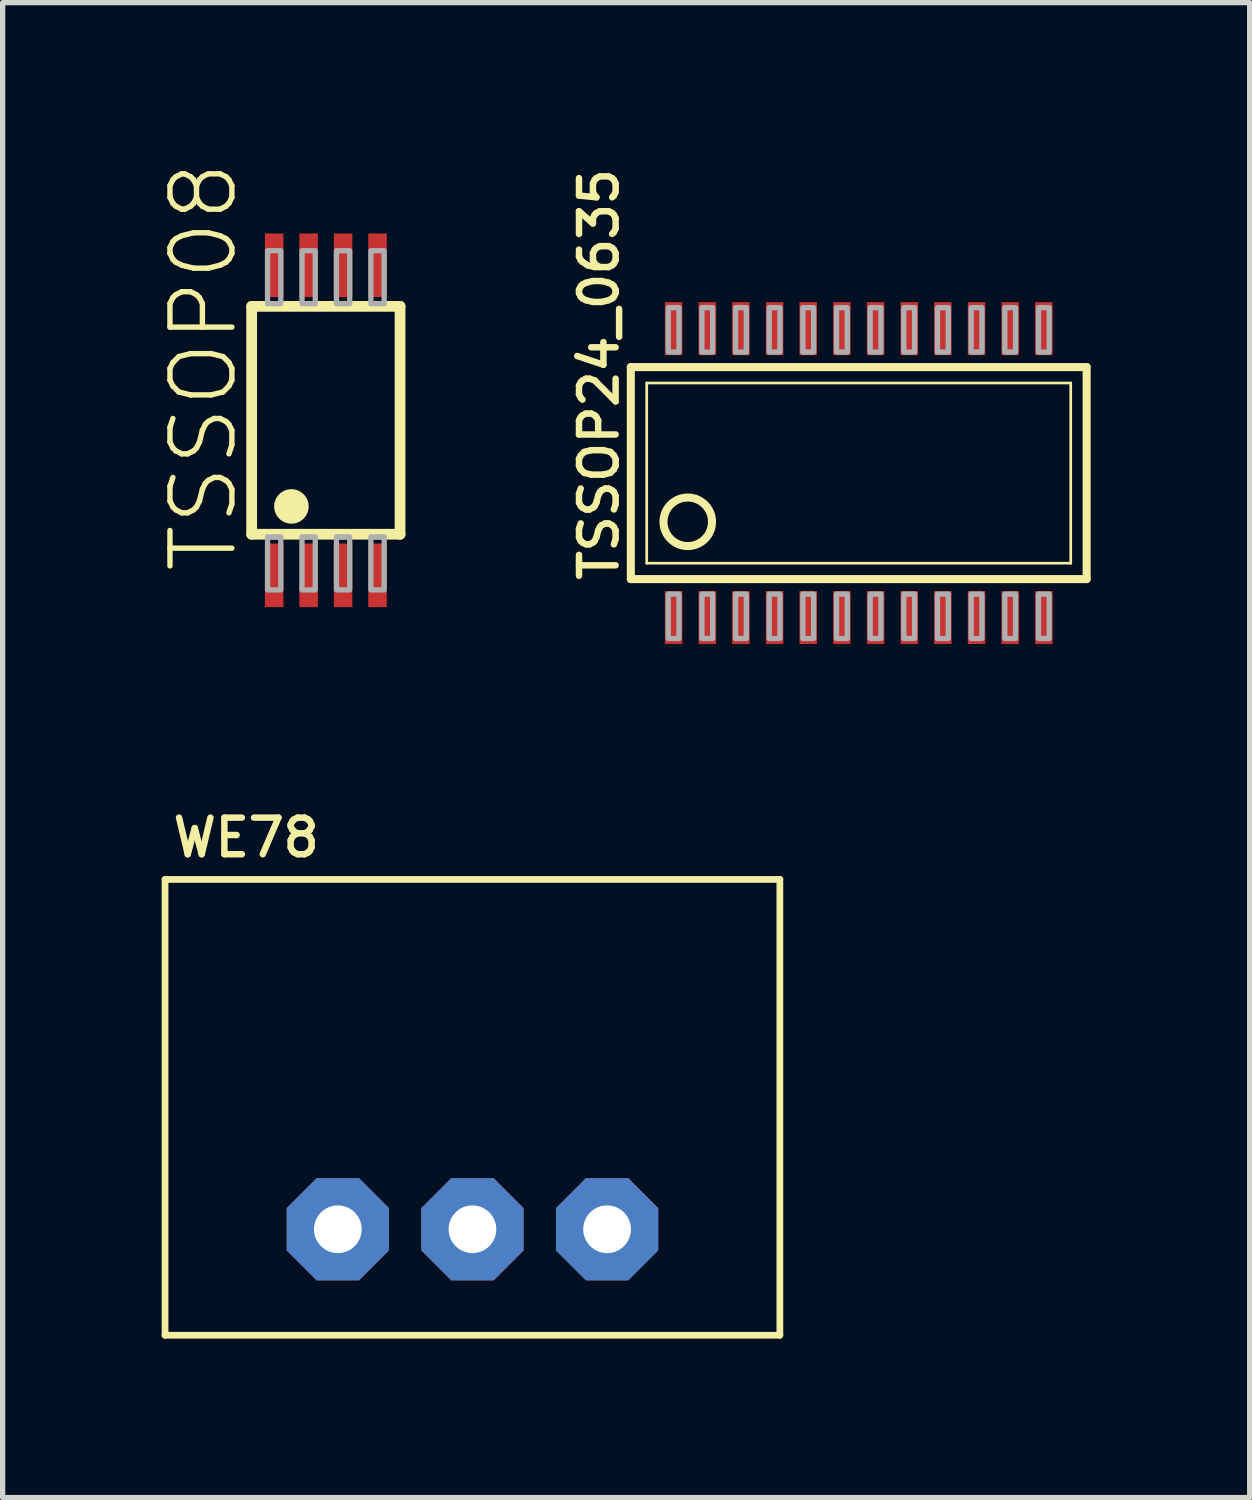
<source format=kicad_pcb>
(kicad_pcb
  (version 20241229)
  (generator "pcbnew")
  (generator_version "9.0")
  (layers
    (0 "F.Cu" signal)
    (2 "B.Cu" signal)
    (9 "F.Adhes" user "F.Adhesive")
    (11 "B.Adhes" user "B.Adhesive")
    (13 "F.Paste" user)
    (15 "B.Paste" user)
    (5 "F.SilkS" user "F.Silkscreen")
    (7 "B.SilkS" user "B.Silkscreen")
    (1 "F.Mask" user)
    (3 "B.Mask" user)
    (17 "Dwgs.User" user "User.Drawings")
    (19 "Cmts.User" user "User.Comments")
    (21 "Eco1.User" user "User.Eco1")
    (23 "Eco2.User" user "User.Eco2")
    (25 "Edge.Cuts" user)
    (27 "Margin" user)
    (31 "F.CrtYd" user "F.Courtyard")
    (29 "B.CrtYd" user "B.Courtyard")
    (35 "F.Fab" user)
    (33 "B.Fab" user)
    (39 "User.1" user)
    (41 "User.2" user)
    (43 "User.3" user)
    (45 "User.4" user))
  (footprint "TSSOP08"
    (layer "F.Cu")
    (at 3.098 4.88)
    (property "Reference" "TSSOP08" (at -1.625 2.925 90) (layer "F.SilkS") (effects (font (size 1.168 1.168) (thickness 0.102)) (justify left bottom)))
    (fp_line (start -1.4 -2.15) (end -1.4 2.15) (stroke (width 0.203) (type solid)) (layer "F.SilkS"))
    (fp_line (start -1.4 2.15) (end 1.4 2.15) (stroke (width 0.203) (type solid)) (layer "F.SilkS"))
    (fp_line (start 1.4 -2.15) (end -1.4 -2.15) (stroke (width 0.203) (type solid)) (layer "F.SilkS"))
    (fp_line (start 1.4 2.15) (end 1.4 -2.15) (stroke (width 0.203) (type solid)) (layer "F.SilkS"))
    (fp_circle (center -0.65 1.625) (end -0.487 1.625) (stroke (width 0.325) (type solid)) (fill yes) (layer "F.SilkS"))
    (fp_poly (pts (xy -1.1 -2.2) (xy -0.85 -2.2) (xy -0.85 -3.2) (xy -1.1 -3.2)) (stroke (width 0.1) (type solid)) (fill no) (layer "F.Fab"))
    (fp_poly (pts (xy -1.1 3.2) (xy -0.85 3.2) (xy -0.85 2.2) (xy -1.1 2.2)) (stroke (width 0.1) (type solid)) (fill no) (layer "F.Fab"))
    (fp_poly (pts (xy -0.45 -2.2) (xy -0.2 -2.2) (xy -0.2 -3.2) (xy -0.45 -3.2)) (stroke (width 0.1) (type solid)) (fill no) (layer "F.Fab"))
    (fp_poly (pts (xy -0.45 3.2) (xy -0.2 3.2) (xy -0.2 2.2) (xy -0.45 2.2)) (stroke (width 0.1) (type solid)) (fill no) (layer "F.Fab"))
    (fp_poly (pts (xy 0.2 -2.2) (xy 0.45 -2.2) (xy 0.45 -3.2) (xy 0.2 -3.2)) (stroke (width 0.1) (type solid)) (fill no) (layer "F.Fab"))
    (fp_poly (pts (xy 0.2 3.2) (xy 0.45 3.2) (xy 0.45 2.2) (xy 0.2 2.2)) (stroke (width 0.1) (type solid)) (fill no) (layer "F.Fab"))
    (fp_poly (pts (xy 0.85 -2.2) (xy 1.1 -2.2) (xy 1.1 -3.2) (xy 0.85 -3.2)) (stroke (width 0.1) (type solid)) (fill no) (layer "F.Fab"))
    (fp_poly (pts (xy 0.85 3.2) (xy 1.1 3.2) (xy 1.1 2.2) (xy 0.85 2.2)) (stroke (width 0.1) (type solid)) (fill no) (layer "F.Fab"))
    (pad "1" smd rect (at -0.975 2.925) (size 0.35 1.2) (layers "F.Cu" "F.Mask" "F.Paste"))
    (pad "2" smd rect (at -0.325 2.925) (size 0.35 1.2) (layers "F.Cu" "F.Mask" "F.Paste"))
    (pad "3" smd rect (at 0.325 2.925) (size 0.35 1.2) (layers "F.Cu" "F.Mask" "F.Paste"))
    (pad "4" smd rect (at 0.975 2.925) (size 0.35 1.2) (layers "F.Cu" "F.Mask" "F.Paste"))
    (pad "5" smd rect (at 0.975 -2.925) (size 0.35 1.2) (layers "F.Cu" "F.Mask" "F.Paste"))
    (pad "6" smd rect (at 0.325 -2.925) (size 0.35 1.2) (layers "F.Cu" "F.Mask" "F.Paste"))
    (pad "7" smd rect (at -0.325 -2.925) (size 0.35 1.2) (layers "F.Cu" "F.Mask" "F.Paste"))
    (pad "8" smd rect (at -0.975 -2.925) (size 0.35 1.2) (layers "F.Cu" "F.Mask" "F.Paste")))
  (footprint "TSSOP24_0635"
    (layer "F.Cu")
    (at 13.152 5.876)
    (property "Reference" "TSSOP24_0635" (at -4.496 2.083 90) (layer "F.SilkS") (effects (font (size 0.691 0.691) (thickness 0.122)) (justify left bottom)))
    (fp_line (start -4.3 2) (end -4.3 -2) (stroke (width 0.152) (type solid)) (layer "F.SilkS"))
    (fp_line (start -4.3 2) (end 4.3 2) (stroke (width 0.152) (type solid)) (layer "F.SilkS"))
    (fp_line (start -4 1.7) (end -4 -1.7) (stroke (width 0.051) (type solid)) (layer "F.SilkS"))
    (fp_line (start -4 1.7) (end 4 1.7) (stroke (width 0.051) (type solid)) (layer "F.SilkS"))
    (fp_line (start 4 -1.7) (end -4 -1.7) (stroke (width 0.051) (type solid)) (layer "F.SilkS"))
    (fp_line (start 4 -1.7) (end 4 1.7) (stroke (width 0.051) (type solid)) (layer "F.SilkS"))
    (fp_line (start 4.3 -2) (end -4.3 -2) (stroke (width 0.152) (type solid)) (layer "F.SilkS"))
    (fp_line (start 4.3 -2) (end 4.3 2) (stroke (width 0.152) (type solid)) (layer "F.SilkS"))
    (fp_circle (center -3.226 0.919) (end -2.768 0.919) (stroke (width 0.152) (type solid)) (fill no) (layer "F.SilkS"))
    (fp_poly (pts (xy -3.594 -2.283) (xy -3.391 -2.283) (xy -3.391 -3.121) (xy -3.594 -3.121)) (stroke (width 0.1) (type solid)) (fill no) (layer "F.Fab"))
    (fp_poly (pts (xy -3.594 3.121) (xy -3.391 3.121) (xy -3.391 2.283) (xy -3.594 2.283)) (stroke (width 0.1) (type solid)) (fill no) (layer "F.Fab"))
    (fp_poly (pts (xy -2.959 -2.283) (xy -2.756 -2.283) (xy -2.756 -3.121) (xy -2.959 -3.121)) (stroke (width 0.1) (type solid)) (fill no) (layer "F.Fab"))
    (fp_poly (pts (xy -2.959 3.121) (xy -2.756 3.121) (xy -2.756 2.283) (xy -2.959 2.283)) (stroke (width 0.1) (type solid)) (fill no) (layer "F.Fab"))
    (fp_poly (pts (xy -2.324 -2.283) (xy -2.121 -2.283) (xy -2.121 -3.121) (xy -2.324 -3.121)) (stroke (width 0.1) (type solid)) (fill no) (layer "F.Fab"))
    (fp_poly (pts (xy -2.324 3.121) (xy -2.121 3.121) (xy -2.121 2.283) (xy -2.324 2.283)) (stroke (width 0.1) (type solid)) (fill no) (layer "F.Fab"))
    (fp_poly (pts (xy -1.689 -2.283) (xy -1.486 -2.283) (xy -1.486 -3.121) (xy -1.689 -3.121)) (stroke (width 0.1) (type solid)) (fill no) (layer "F.Fab"))
    (fp_poly (pts (xy -1.689 3.121) (xy -1.486 3.121) (xy -1.486 2.283) (xy -1.689 2.283)) (stroke (width 0.1) (type solid)) (fill no) (layer "F.Fab"))
    (fp_poly (pts (xy -1.054 -2.283) (xy -0.851 -2.283) (xy -0.851 -3.121) (xy -1.054 -3.121)) (stroke (width 0.1) (type solid)) (fill no) (layer "F.Fab"))
    (fp_poly (pts (xy -1.054 3.121) (xy -0.851 3.121) (xy -0.851 2.283) (xy -1.054 2.283)) (stroke (width 0.1) (type solid)) (fill no) (layer "F.Fab"))
    (fp_poly (pts (xy -0.419 -2.283) (xy -0.216 -2.283) (xy -0.216 -3.121) (xy -0.419 -3.121)) (stroke (width 0.1) (type solid)) (fill no) (layer "F.Fab"))
    (fp_poly (pts (xy -0.419 3.121) (xy -0.216 3.121) (xy -0.216 2.283) (xy -0.419 2.283)) (stroke (width 0.1) (type solid)) (fill no) (layer "F.Fab"))
    (fp_poly (pts (xy 0.216 -2.283) (xy 0.419 -2.283) (xy 0.419 -3.121) (xy 0.216 -3.121)) (stroke (width 0.1) (type solid)) (fill no) (layer "F.Fab"))
    (fp_poly (pts (xy 0.216 3.121) (xy 0.419 3.121) (xy 0.419 2.283) (xy 0.216 2.283)) (stroke (width 0.1) (type solid)) (fill no) (layer "F.Fab"))
    (fp_poly (pts (xy 0.851 -2.283) (xy 1.054 -2.283) (xy 1.054 -3.121) (xy 0.851 -3.121)) (stroke (width 0.1) (type solid)) (fill no) (layer "F.Fab"))
    (fp_poly (pts (xy 0.851 3.121) (xy 1.054 3.121) (xy 1.054 2.283) (xy 0.851 2.283)) (stroke (width 0.1) (type solid)) (fill no) (layer "F.Fab"))
    (fp_poly (pts (xy 1.486 -2.283) (xy 1.689 -2.283) (xy 1.689 -3.121) (xy 1.486 -3.121)) (stroke (width 0.1) (type solid)) (fill no) (layer "F.Fab"))
    (fp_poly (pts (xy 1.486 3.121) (xy 1.689 3.121) (xy 1.689 2.283) (xy 1.486 2.283)) (stroke (width 0.1) (type solid)) (fill no) (layer "F.Fab"))
    (fp_poly (pts (xy 2.121 -2.283) (xy 2.324 -2.283) (xy 2.324 -3.121) (xy 2.121 -3.121)) (stroke (width 0.1) (type solid)) (fill no) (layer "F.Fab"))
    (fp_poly (pts (xy 2.121 3.121) (xy 2.324 3.121) (xy 2.324 2.283) (xy 2.121 2.283)) (stroke (width 0.1) (type solid)) (fill no) (layer "F.Fab"))
    (fp_poly (pts (xy 2.756 -2.283) (xy 2.959 -2.283) (xy 2.959 -3.121) (xy 2.756 -3.121)) (stroke (width 0.1) (type solid)) (fill no) (layer "F.Fab"))
    (fp_poly (pts (xy 2.756 3.121) (xy 2.959 3.121) (xy 2.959 2.283) (xy 2.756 2.283)) (stroke (width 0.1) (type solid)) (fill no) (layer "F.Fab"))
    (fp_poly (pts (xy 3.391 -2.283) (xy 3.594 -2.283) (xy 3.594 -3.121) (xy 3.391 -3.121)) (stroke (width 0.1) (type solid)) (fill no) (layer "F.Fab"))
    (fp_poly (pts (xy 3.391 3.121) (xy 3.594 3.121) (xy 3.594 2.283) (xy 3.391 2.283)) (stroke (width 0.1) (type solid)) (fill no) (layer "F.Fab"))
    (pad "1" smd rect (at -3.493 2.725) (size 0.33 1) (layers "F.Cu" "F.Mask" "F.Paste"))
    (pad "2" smd rect (at -2.857 2.725) (size 0.33 1) (layers "F.Cu" "F.Mask" "F.Paste"))
    (pad "3" smd rect (at -2.223 2.725) (size 0.33 1) (layers "F.Cu" "F.Mask" "F.Paste"))
    (pad "4" smd rect (at -1.587 2.725) (size 0.33 1) (layers "F.Cu" "F.Mask" "F.Paste"))
    (pad "5" smd rect (at -0.953 2.725) (size 0.33 1) (layers "F.Cu" "F.Mask" "F.Paste"))
    (pad "6" smd rect (at -0.318 2.725) (size 0.33 1) (layers "F.Cu" "F.Mask" "F.Paste"))
    (pad "7" smd rect (at 0.318 2.725) (size 0.33 1) (layers "F.Cu" "F.Mask" "F.Paste"))
    (pad "8" smd rect (at 0.953 2.725) (size 0.33 1) (layers "F.Cu" "F.Mask" "F.Paste"))
    (pad "9" smd rect (at 1.587 2.725) (size 0.33 1) (layers "F.Cu" "F.Mask" "F.Paste"))
    (pad "10" smd rect (at 2.223 2.725) (size 0.33 1) (layers "F.Cu" "F.Mask" "F.Paste"))
    (pad "11" smd rect (at 2.857 2.725) (size 0.33 1) (layers "F.Cu" "F.Mask" "F.Paste"))
    (pad "12" smd rect (at 3.493 2.725) (size 0.33 1) (layers "F.Cu" "F.Mask" "F.Paste"))
    (pad "13" smd rect (at 3.493 -2.725) (size 0.33 1) (layers "F.Cu" "F.Mask" "F.Paste"))
    (pad "14" smd rect (at 2.857 -2.725) (size 0.33 1) (layers "F.Cu" "F.Mask" "F.Paste"))
    (pad "15" smd rect (at 2.223 -2.725) (size 0.33 1) (layers "F.Cu" "F.Mask" "F.Paste"))
    (pad "16" smd rect (at 1.587 -2.725) (size 0.33 1) (layers "F.Cu" "F.Mask" "F.Paste"))
    (pad "17" smd rect (at 0.953 -2.725) (size 0.33 1) (layers "F.Cu" "F.Mask" "F.Paste"))
    (pad "18" smd rect (at 0.318 -2.725) (size 0.33 1) (layers "F.Cu" "F.Mask" "F.Paste"))
    (pad "19" smd rect (at -0.318 -2.725) (size 0.33 1) (layers "F.Cu" "F.Mask" "F.Paste"))
    (pad "20" smd rect (at -0.953 -2.725) (size 0.33 1) (layers "F.Cu" "F.Mask" "F.Paste"))
    (pad "21" smd rect (at -1.587 -2.725) (size 0.33 1) (layers "F.Cu" "F.Mask" "F.Paste"))
    (pad "22" smd rect (at -2.223 -2.725) (size 0.33 1) (layers "F.Cu" "F.Mask" "F.Paste"))
    (pad "23" smd rect (at -2.857 -2.725) (size 0.33 1) (layers "F.Cu" "F.Mask" "F.Paste"))
    (pad "24" smd rect (at -3.493 -2.725) (size 0.33 1) (layers "F.Cu" "F.Mask" "F.Paste")))
  (footprint "WE78"
    (layer "F.Cu")
    (at 5.864 20.143)
    (property "Reference" "WE78" (at -5.715 -6.985 0) (layer "F.SilkS") (effects (font (size 0.691 0.691) (thickness 0.122)) (justify left bottom)))
    (fp_line (start -5.8 -6.6) (end 5.8 -6.6) (stroke (width 0.127) (type solid)) (layer "F.SilkS"))
    (fp_line (start -5.8 2) (end -5.8 -6.6) (stroke (width 0.127) (type solid)) (layer "F.SilkS"))
    (fp_line (start -5.8 2) (end 5.8 2) (stroke (width 0.127) (type solid)) (layer "F.SilkS"))
    (fp_line (start 5.8 -6.6) (end 5.8 2) (stroke (width 0.127) (type solid)) (layer "F.SilkS"))
    (pad "1" thru_hole roundrect (at -2.54 0 90) (size 1.93 1.93) (drill 0.9) (layers "*.Cu" "*.Mask") (roundrect_rratio 0.25) (chamfer_ratio 0.293) (chamfer top_left top_right bottom_left bottom_right))
    (pad "2" thru_hole roundrect (at 0 0 90) (size 1.93 1.93) (drill 0.9) (layers "*.Cu" "*.Mask") (roundrect_rratio 0.25) (chamfer_ratio 0.293) (chamfer top_left top_right bottom_left bottom_right))
    (pad "3" thru_hole roundrect (at 2.54 0 90) (size 1.93 1.93) (drill 0.9) (layers "*.Cu" "*.Mask") (roundrect_rratio 0.25) (chamfer_ratio 0.293) (chamfer top_left top_right bottom_left bottom_right)))
  (gr_rect
    (start -3 -3)
    (end 20.528 25.206)
    (stroke (width 0.1) (type default))
    (fill no)
    (layer "Edge.Cuts")))
</source>
